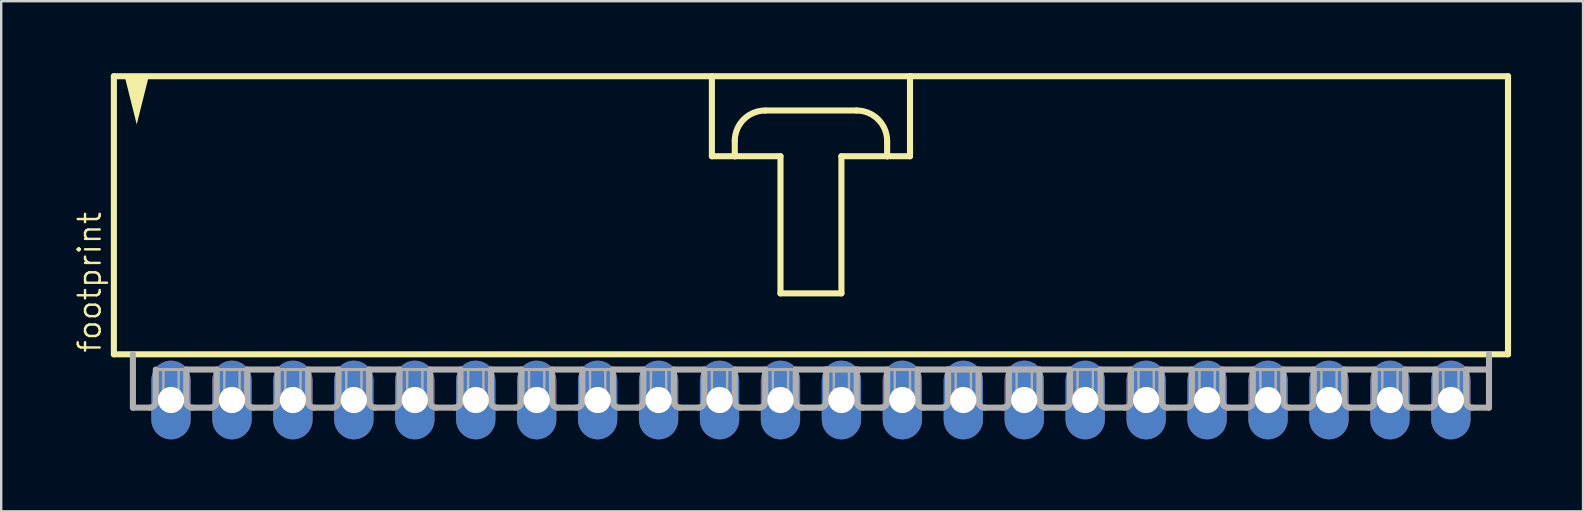
<source format=kicad_pcb>
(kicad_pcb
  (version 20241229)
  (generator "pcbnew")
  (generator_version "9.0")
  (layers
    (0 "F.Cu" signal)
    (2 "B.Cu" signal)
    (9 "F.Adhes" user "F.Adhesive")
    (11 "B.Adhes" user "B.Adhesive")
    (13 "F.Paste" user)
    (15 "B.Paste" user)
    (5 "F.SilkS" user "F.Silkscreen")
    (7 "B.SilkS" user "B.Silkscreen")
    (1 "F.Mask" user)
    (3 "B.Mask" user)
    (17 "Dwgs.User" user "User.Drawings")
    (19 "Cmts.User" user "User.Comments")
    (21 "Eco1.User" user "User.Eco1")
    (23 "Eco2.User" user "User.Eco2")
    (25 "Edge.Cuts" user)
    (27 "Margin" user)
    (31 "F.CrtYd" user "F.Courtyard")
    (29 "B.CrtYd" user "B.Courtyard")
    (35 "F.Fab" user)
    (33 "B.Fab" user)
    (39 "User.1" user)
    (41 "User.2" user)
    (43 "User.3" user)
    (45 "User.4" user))
  (footprint "footprint"
    (layer "F.Cu")
    (at 30.747 6.001)
    (property "Reference" "footprint" (at -29.527 5.715 90) (layer "F.SilkS") (effects (font (size 0.914 0.914) (thickness 0.102)) (justify left bottom)))
    (fp_line (start -29.051 -5.874) (end -29.051 5.715) (stroke (width 0.254) (type solid)) (layer "F.SilkS"))
    (fp_line (start -29.051 5.715) (end 29.051 5.715) (stroke (width 0.254) (type solid)) (layer "F.SilkS"))
    (fp_line (start -4.128 -5.874) (end -4.128 -2.54) (stroke (width 0.254) (type solid)) (layer "F.SilkS"))
    (fp_line (start -4.128 -2.54) (end -3.175 -2.54) (stroke (width 0.254) (type solid)) (layer "F.SilkS"))
    (fp_line (start -3.175 -2.54) (end -3.175 -3.175) (stroke (width 0.254) (type solid)) (layer "F.SilkS"))
    (fp_line (start -3.175 -2.54) (end -1.27 -2.54) (stroke (width 0.254) (type solid)) (layer "F.SilkS"))
    (fp_line (start -1.905 -4.445) (end 1.905 -4.445) (stroke (width 0.254) (type solid)) (layer "F.SilkS"))
    (fp_line (start -1.27 -2.54) (end -1.27 3.175) (stroke (width 0.254) (type solid)) (layer "F.SilkS"))
    (fp_line (start -1.27 3.175) (end 1.27 3.175) (stroke (width 0.254) (type solid)) (layer "F.SilkS"))
    (fp_line (start 1.27 -2.54) (end 3.175 -2.54) (stroke (width 0.254) (type solid)) (layer "F.SilkS"))
    (fp_line (start 1.27 3.175) (end 1.27 -2.54) (stroke (width 0.254) (type solid)) (layer "F.SilkS"))
    (fp_line (start 3.175 -3.175) (end 3.175 -2.54) (stroke (width 0.254) (type solid)) (layer "F.SilkS"))
    (fp_line (start 3.175 -2.54) (end 4.128 -2.54) (stroke (width 0.254) (type solid)) (layer "F.SilkS"))
    (fp_line (start 4.128 -5.874) (end -29.051 -5.874) (stroke (width 0.254) (type solid)) (layer "F.SilkS"))
    (fp_line (start 4.128 -2.54) (end 4.128 -5.874) (stroke (width 0.254) (type solid)) (layer "F.SilkS"))
    (fp_line (start 29.051 -5.874) (end 4.128 -5.874) (stroke (width 0.254) (type solid)) (layer "F.SilkS"))
    (fp_line (start 29.051 5.715) (end 29.051 -5.874) (stroke (width 0.254) (type solid)) (layer "F.SilkS"))
    (fp_arc (start -3.175 -3.175) (mid -2.803026 -4.073026) (end -1.905 -4.445) (stroke (width 0.254) (type solid)) (layer "F.SilkS"))
    (fp_arc (start 1.905 -4.445) (mid 2.803026 -4.073026) (end 3.175 -3.175) (stroke (width 0.254) (type solid)) (layer "F.SilkS"))
    (fp_poly (pts (xy -28.099 -3.864) (xy -28.608 -5.899) (xy -27.59 -5.899)) (stroke (width 0) (type solid)) (fill yes) (layer "F.SilkS"))
    (fp_line (start -28.258 5.715) (end -28.258 7.938) (stroke (width 0.254) (type solid)) (layer "F.Fab"))
    (fp_line (start -27.559 7.938) (end -28.258 7.938) (stroke (width 0.254) (type solid)) (layer "F.Fab"))
    (fp_line (start -27.305 6.35) (end -27.305 7.684) (stroke (width 0.254) (type solid)) (layer "F.Fab"))
    (fp_line (start -27.305 6.35) (end -26.035 6.35) (stroke (width 0.127) (type solid)) (layer "F.Fab"))
    (fp_line (start -26.035 6.35) (end -26.035 7.684) (stroke (width 0.254) (type solid)) (layer "F.Fab"))
    (fp_line (start -26.035 6.35) (end -24.765 6.35) (stroke (width 0.254) (type solid)) (layer "F.Fab"))
    (fp_line (start -25.019 7.938) (end -25.781 7.938) (stroke (width 0.254) (type solid)) (layer "F.Fab"))
    (fp_line (start -24.765 6.35) (end -24.765 7.684) (stroke (width 0.254) (type solid)) (layer "F.Fab"))
    (fp_line (start -24.765 6.35) (end -23.495 6.35) (stroke (width 0.127) (type solid)) (layer "F.Fab"))
    (fp_line (start -23.495 6.35) (end -23.495 7.684) (stroke (width 0.254) (type solid)) (layer "F.Fab"))
    (fp_line (start -23.495 6.35) (end -22.225 6.35) (stroke (width 0.254) (type solid)) (layer "F.Fab"))
    (fp_line (start -22.479 7.938) (end -23.241 7.938) (stroke (width 0.254) (type solid)) (layer "F.Fab"))
    (fp_line (start -22.225 6.35) (end -22.225 7.684) (stroke (width 0.254) (type solid)) (layer "F.Fab"))
    (fp_line (start -22.225 6.35) (end -20.955 6.35) (stroke (width 0.127) (type solid)) (layer "F.Fab"))
    (fp_line (start -20.955 6.35) (end -20.955 7.684) (stroke (width 0.254) (type solid)) (layer "F.Fab"))
    (fp_line (start -20.955 6.35) (end -19.685 6.35) (stroke (width 0.254) (type solid)) (layer "F.Fab"))
    (fp_line (start -19.939 7.938) (end -20.701 7.938) (stroke (width 0.254) (type solid)) (layer "F.Fab"))
    (fp_line (start -19.685 6.35) (end -19.685 7.684) (stroke (width 0.254) (type solid)) (layer "F.Fab"))
    (fp_line (start -19.685 6.35) (end -18.415 6.35) (stroke (width 0.127) (type solid)) (layer "F.Fab"))
    (fp_line (start -18.415 6.35) (end -18.415 7.684) (stroke (width 0.254) (type solid)) (layer "F.Fab"))
    (fp_line (start -18.415 6.35) (end -17.145 6.35) (stroke (width 0.254) (type solid)) (layer "F.Fab"))
    (fp_line (start -17.399 7.938) (end -18.161 7.938) (stroke (width 0.254) (type solid)) (layer "F.Fab"))
    (fp_line (start -17.145 6.35) (end -17.145 7.684) (stroke (width 0.254) (type solid)) (layer "F.Fab"))
    (fp_line (start -17.145 6.35) (end -15.875 6.35) (stroke (width 0.127) (type solid)) (layer "F.Fab"))
    (fp_line (start -15.875 6.35) (end -15.875 7.684) (stroke (width 0.254) (type solid)) (layer "F.Fab"))
    (fp_line (start -15.875 6.35) (end -14.605 6.35) (stroke (width 0.254) (type solid)) (layer "F.Fab"))
    (fp_line (start -14.859 7.938) (end -15.621 7.938) (stroke (width 0.254) (type solid)) (layer "F.Fab"))
    (fp_line (start -14.605 6.35) (end -14.605 7.684) (stroke (width 0.254) (type solid)) (layer "F.Fab"))
    (fp_line (start -14.605 6.35) (end -13.335 6.35) (stroke (width 0.127) (type solid)) (layer "F.Fab"))
    (fp_line (start -13.335 6.35) (end -13.335 7.684) (stroke (width 0.254) (type solid)) (layer "F.Fab"))
    (fp_line (start -13.335 6.35) (end -12.065 6.35) (stroke (width 0.254) (type solid)) (layer "F.Fab"))
    (fp_line (start -12.319 7.938) (end -13.081 7.938) (stroke (width 0.254) (type solid)) (layer "F.Fab"))
    (fp_line (start -12.065 6.35) (end -12.065 7.684) (stroke (width 0.254) (type solid)) (layer "F.Fab"))
    (fp_line (start -12.065 6.35) (end -10.795 6.35) (stroke (width 0.127) (type solid)) (layer "F.Fab"))
    (fp_line (start -10.795 6.35) (end -10.795 7.684) (stroke (width 0.254) (type solid)) (layer "F.Fab"))
    (fp_line (start -10.795 6.35) (end -9.525 6.35) (stroke (width 0.254) (type solid)) (layer "F.Fab"))
    (fp_line (start -9.779 7.938) (end -10.541 7.938) (stroke (width 0.254) (type solid)) (layer "F.Fab"))
    (fp_line (start -9.525 6.35) (end -9.525 7.684) (stroke (width 0.254) (type solid)) (layer "F.Fab"))
    (fp_line (start -9.525 6.35) (end -8.255 6.35) (stroke (width 0.127) (type solid)) (layer "F.Fab"))
    (fp_line (start -8.255 6.35) (end -8.255 7.684) (stroke (width 0.254) (type solid)) (layer "F.Fab"))
    (fp_line (start -8.255 6.35) (end -6.985 6.35) (stroke (width 0.254) (type solid)) (layer "F.Fab"))
    (fp_line (start -7.239 7.938) (end -8.001 7.938) (stroke (width 0.254) (type solid)) (layer "F.Fab"))
    (fp_line (start -6.985 6.35) (end -6.985 7.684) (stroke (width 0.254) (type solid)) (layer "F.Fab"))
    (fp_line (start -6.985 6.35) (end -5.715 6.35) (stroke (width 0.127) (type solid)) (layer "F.Fab"))
    (fp_line (start -5.715 6.35) (end -5.715 7.684) (stroke (width 0.254) (type solid)) (layer "F.Fab"))
    (fp_line (start -5.715 6.35) (end -4.445 6.35) (stroke (width 0.254) (type solid)) (layer "F.Fab"))
    (fp_line (start -4.699 7.938) (end -5.461 7.938) (stroke (width 0.254) (type solid)) (layer "F.Fab"))
    (fp_line (start -4.445 6.35) (end -4.445 7.684) (stroke (width 0.254) (type solid)) (layer "F.Fab"))
    (fp_line (start -4.445 6.35) (end -3.175 6.35) (stroke (width 0.127) (type solid)) (layer "F.Fab"))
    (fp_line (start -3.175 6.35) (end -3.175 7.684) (stroke (width 0.254) (type solid)) (layer "F.Fab"))
    (fp_line (start -3.175 6.35) (end -1.905 6.35) (stroke (width 0.254) (type solid)) (layer "F.Fab"))
    (fp_line (start -2.159 7.938) (end -2.921 7.938) (stroke (width 0.254) (type solid)) (layer "F.Fab"))
    (fp_line (start -1.905 6.35) (end -1.905 7.684) (stroke (width 0.254) (type solid)) (layer "F.Fab"))
    (fp_line (start -1.905 6.35) (end -0.635 6.35) (stroke (width 0.127) (type solid)) (layer "F.Fab"))
    (fp_line (start -0.635 6.35) (end -0.635 7.684) (stroke (width 0.254) (type solid)) (layer "F.Fab"))
    (fp_line (start -0.635 6.35) (end 0.635 6.35) (stroke (width 0.254) (type solid)) (layer "F.Fab"))
    (fp_line (start 0.381 7.938) (end -0.381 7.938) (stroke (width 0.254) (type solid)) (layer "F.Fab"))
    (fp_line (start 0.635 6.35) (end 0.635 7.684) (stroke (width 0.254) (type solid)) (layer "F.Fab"))
    (fp_line (start 0.635 6.35) (end 1.905 6.35) (stroke (width 0.254) (type solid)) (layer "F.Fab"))
    (fp_line (start 1.905 6.35) (end 1.905 7.684) (stroke (width 0.254) (type solid)) (layer "F.Fab"))
    (fp_line (start 1.905 6.35) (end 3.175 6.35) (stroke (width 0.254) (type solid)) (layer "F.Fab"))
    (fp_line (start 2.921 7.938) (end 2.159 7.938) (stroke (width 0.254) (type solid)) (layer "F.Fab"))
    (fp_line (start 3.175 6.35) (end 3.175 7.684) (stroke (width 0.254) (type solid)) (layer "F.Fab"))
    (fp_line (start 3.175 6.35) (end 4.445 6.35) (stroke (width 0.127) (type solid)) (layer "F.Fab"))
    (fp_line (start 4.445 6.35) (end 4.445 7.684) (stroke (width 0.254) (type solid)) (layer "F.Fab"))
    (fp_line (start 4.445 6.35) (end 5.715 6.35) (stroke (width 0.254) (type solid)) (layer "F.Fab"))
    (fp_line (start 5.461 7.938) (end 4.699 7.938) (stroke (width 0.254) (type solid)) (layer "F.Fab"))
    (fp_line (start 5.715 6.35) (end 5.715 7.684) (stroke (width 0.254) (type solid)) (layer "F.Fab"))
    (fp_line (start 5.715 6.35) (end 9.525 6.35) (stroke (width 0.254) (type solid)) (layer "F.Fab"))
    (fp_line (start 6.985 6.35) (end 6.985 7.684) (stroke (width 0.254) (type solid)) (layer "F.Fab"))
    (fp_line (start 8.001 7.938) (end 7.239 7.938) (stroke (width 0.254) (type solid)) (layer "F.Fab"))
    (fp_line (start 8.255 6.35) (end 8.255 7.684) (stroke (width 0.254) (type solid)) (layer "F.Fab"))
    (fp_line (start 9.525 6.35) (end 9.525 7.684) (stroke (width 0.254) (type solid)) (layer "F.Fab"))
    (fp_line (start 9.525 6.35) (end 10.795 6.35) (stroke (width 0.254) (type solid)) (layer "F.Fab"))
    (fp_line (start 9.779 7.938) (end 10.541 7.938) (stroke (width 0.254) (type solid)) (layer "F.Fab"))
    (fp_line (start 10.795 6.35) (end 12.065 6.35) (stroke (width 0.127) (type solid)) (layer "F.Fab"))
    (fp_line (start 10.795 7.684) (end 10.795 6.35) (stroke (width 0.254) (type solid)) (layer "F.Fab"))
    (fp_line (start 12.065 6.35) (end 12.065 7.684) (stroke (width 0.254) (type solid)) (layer "F.Fab"))
    (fp_line (start 12.065 6.35) (end 13.335 6.35) (stroke (width 0.254) (type solid)) (layer "F.Fab"))
    (fp_line (start 12.319 7.938) (end 13.081 7.938) (stroke (width 0.254) (type solid)) (layer "F.Fab"))
    (fp_line (start 13.335 6.35) (end 14.605 6.35) (stroke (width 0.127) (type solid)) (layer "F.Fab"))
    (fp_line (start 13.335 7.684) (end 13.335 6.35) (stroke (width 0.254) (type solid)) (layer "F.Fab"))
    (fp_line (start 14.605 6.35) (end 14.605 7.684) (stroke (width 0.254) (type solid)) (layer "F.Fab"))
    (fp_line (start 14.605 6.35) (end 15.875 6.35) (stroke (width 0.254) (type solid)) (layer "F.Fab"))
    (fp_line (start 14.859 7.938) (end 15.621 7.938) (stroke (width 0.254) (type solid)) (layer "F.Fab"))
    (fp_line (start 15.875 6.35) (end 17.145 6.35) (stroke (width 0.127) (type solid)) (layer "F.Fab"))
    (fp_line (start 15.875 7.684) (end 15.875 6.35) (stroke (width 0.254) (type solid)) (layer "F.Fab"))
    (fp_line (start 17.145 6.35) (end 17.145 7.684) (stroke (width 0.254) (type solid)) (layer "F.Fab"))
    (fp_line (start 17.145 6.35) (end 18.415 6.35) (stroke (width 0.254) (type solid)) (layer "F.Fab"))
    (fp_line (start 17.399 7.938) (end 18.161 7.938) (stroke (width 0.254) (type solid)) (layer "F.Fab"))
    (fp_line (start 18.415 6.35) (end 19.685 6.35) (stroke (width 0.127) (type solid)) (layer "F.Fab"))
    (fp_line (start 18.415 7.684) (end 18.415 6.35) (stroke (width 0.254) (type solid)) (layer "F.Fab"))
    (fp_line (start 19.685 6.35) (end 19.685 7.684) (stroke (width 0.254) (type solid)) (layer "F.Fab"))
    (fp_line (start 19.685 6.35) (end 20.955 6.35) (stroke (width 0.254) (type solid)) (layer "F.Fab"))
    (fp_line (start 19.939 7.938) (end 20.701 7.938) (stroke (width 0.254) (type solid)) (layer "F.Fab"))
    (fp_line (start 20.955 6.35) (end 22.225 6.35) (stroke (width 0.127) (type solid)) (layer "F.Fab"))
    (fp_line (start 20.955 7.684) (end 20.955 6.35) (stroke (width 0.254) (type solid)) (layer "F.Fab"))
    (fp_line (start 22.225 6.35) (end 22.225 7.684) (stroke (width 0.254) (type solid)) (layer "F.Fab"))
    (fp_line (start 22.225 6.35) (end 23.495 6.35) (stroke (width 0.254) (type solid)) (layer "F.Fab"))
    (fp_line (start 22.479 7.938) (end 23.241 7.938) (stroke (width 0.254) (type solid)) (layer "F.Fab"))
    (fp_line (start 23.495 6.35) (end 24.765 6.35) (stroke (width 0.127) (type solid)) (layer "F.Fab"))
    (fp_line (start 23.495 7.684) (end 23.495 6.35) (stroke (width 0.254) (type solid)) (layer "F.Fab"))
    (fp_line (start 24.765 6.35) (end 24.765 7.684) (stroke (width 0.254) (type solid)) (layer "F.Fab"))
    (fp_line (start 24.765 6.35) (end 26.035 6.35) (stroke (width 0.254) (type solid)) (layer "F.Fab"))
    (fp_line (start 25.019 7.938) (end 25.781 7.938) (stroke (width 0.254) (type solid)) (layer "F.Fab"))
    (fp_line (start 26.035 6.35) (end 27.305 6.35) (stroke (width 0.127) (type solid)) (layer "F.Fab"))
    (fp_line (start 26.035 7.684) (end 26.035 6.35) (stroke (width 0.254) (type solid)) (layer "F.Fab"))
    (fp_line (start 27.305 6.35) (end 27.305 7.684) (stroke (width 0.254) (type solid)) (layer "F.Fab"))
    (fp_line (start 27.305 6.35) (end 28.258 6.35) (stroke (width 0.254) (type solid)) (layer "F.Fab"))
    (fp_line (start 27.559 7.938) (end 28.258 7.938) (stroke (width 0.254) (type solid)) (layer "F.Fab"))
    (fp_line (start 28.258 6.35) (end 28.258 5.715) (stroke (width 0.254) (type solid)) (layer "F.Fab"))
    (fp_line (start 28.258 7.938) (end 28.258 6.35) (stroke (width 0.254) (type solid)) (layer "F.Fab"))
    (fp_arc (start -27.305 7.6835) (mid -27.379395 7.863105) (end -27.559 7.9375) (stroke (width 0.254) (type solid)) (layer "F.Fab"))
    (fp_arc (start -25.781 7.9375) (mid -25.960605 7.863105) (end -26.035 7.6835) (stroke (width 0.254) (type solid)) (layer "F.Fab"))
    (fp_arc (start -24.765 7.6835) (mid -24.839395 7.863105) (end -25.019 7.9375) (stroke (width 0.254) (type solid)) (layer "F.Fab"))
    (fp_arc (start -23.241 7.9375) (mid -23.420605 7.863105) (end -23.495 7.6835) (stroke (width 0.254) (type solid)) (layer "F.Fab"))
    (fp_arc (start -22.225 7.6835) (mid -22.299395 7.863105) (end -22.479 7.9375) (stroke (width 0.254) (type solid)) (layer "F.Fab"))
    (fp_arc (start -20.701 7.9375) (mid -20.880605 7.863105) (end -20.955 7.6835) (stroke (width 0.254) (type solid)) (layer "F.Fab"))
    (fp_arc (start -19.685 7.6835) (mid -19.759395 7.863105) (end -19.939 7.9375) (stroke (width 0.254) (type solid)) (layer "F.Fab"))
    (fp_arc (start -18.161 7.9375) (mid -18.340605 7.863105) (end -18.415 7.6835) (stroke (width 0.254) (type solid)) (layer "F.Fab"))
    (fp_arc (start -17.145 7.6835) (mid -17.219395 7.863105) (end -17.399 7.9375) (stroke (width 0.254) (type solid)) (layer "F.Fab"))
    (fp_arc (start -15.621 7.9375) (mid -15.800605 7.863105) (end -15.875 7.6835) (stroke (width 0.254) (type solid)) (layer "F.Fab"))
    (fp_arc (start -14.605 7.6835) (mid -14.679395 7.863105) (end -14.859 7.9375) (stroke (width 0.254) (type solid)) (layer "F.Fab"))
    (fp_arc (start -13.081 7.9375) (mid -13.260605 7.863105) (end -13.335 7.6835) (stroke (width 0.254) (type solid)) (layer "F.Fab"))
    (fp_arc (start -12.065 7.6835) (mid -12.139395 7.863105) (end -12.319 7.9375) (stroke (width 0.254) (type solid)) (layer "F.Fab"))
    (fp_arc (start -10.541 7.9375) (mid -10.720605 7.863105) (end -10.795 7.6835) (stroke (width 0.254) (type solid)) (layer "F.Fab"))
    (fp_arc (start -9.525 7.6835) (mid -9.599395 7.863105) (end -9.779 7.9375) (stroke (width 0.254) (type solid)) (layer "F.Fab"))
    (fp_arc (start -8.001 7.9375) (mid -8.180605 7.863105) (end -8.255 7.6835) (stroke (width 0.254) (type solid)) (layer "F.Fab"))
    (fp_arc (start -6.985 7.6835) (mid -7.059395 7.863105) (end -7.239 7.9375) (stroke (width 0.254) (type solid)) (layer "F.Fab"))
    (fp_arc (start -5.461 7.9375) (mid -5.640605 7.863105) (end -5.715 7.6835) (stroke (width 0.254) (type solid)) (layer "F.Fab"))
    (fp_arc (start -4.445 7.6835) (mid -4.519395 7.863105) (end -4.699 7.9375) (stroke (width 0.254) (type solid)) (layer "F.Fab"))
    (fp_arc (start -2.921 7.9375) (mid -3.100605 7.863105) (end -3.175 7.6835) (stroke (width 0.254) (type solid)) (layer "F.Fab"))
    (fp_arc (start -1.905 7.6835) (mid -1.979395 7.863105) (end -2.159 7.9375) (stroke (width 0.254) (type solid)) (layer "F.Fab"))
    (fp_arc (start -0.381 7.9375) (mid -0.560605 7.863105) (end -0.635 7.6835) (stroke (width 0.254) (type solid)) (layer "F.Fab"))
    (fp_arc (start 0.635 7.6835) (mid 0.560605 7.863105) (end 0.381 7.9375) (stroke (width 0.254) (type solid)) (layer "F.Fab"))
    (fp_arc (start 2.159 7.9375) (mid 1.979395 7.863105) (end 1.905 7.6835) (stroke (width 0.254) (type solid)) (layer "F.Fab"))
    (fp_arc (start 3.175 7.6835) (mid 3.100605 7.863105) (end 2.921 7.9375) (stroke (width 0.254) (type solid)) (layer "F.Fab"))
    (fp_arc (start 4.699 7.9375) (mid 4.519395 7.863105) (end 4.445 7.6835) (stroke (width 0.254) (type solid)) (layer "F.Fab"))
    (fp_arc (start 5.715 7.6835) (mid 5.640605 7.863105) (end 5.461 7.9375) (stroke (width 0.254) (type solid)) (layer "F.Fab"))
    (fp_arc (start 7.239 7.9375) (mid 7.059395 7.863105) (end 6.985 7.6835) (stroke (width 0.254) (type solid)) (layer "F.Fab"))
    (fp_arc (start 8.255 7.6835) (mid 8.180605 7.863105) (end 8.001 7.9375) (stroke (width 0.254) (type solid)) (layer "F.Fab"))
    (fp_arc (start 9.779 7.9375) (mid 9.599395 7.863105) (end 9.525 7.6835) (stroke (width 0.254) (type solid)) (layer "F.Fab"))
    (fp_arc (start 10.795 7.6835) (mid 10.720605 7.863105) (end 10.541 7.9375) (stroke (width 0.254) (type solid)) (layer "F.Fab"))
    (fp_arc (start 12.319 7.9375) (mid 12.139395 7.863105) (end 12.065 7.6835) (stroke (width 0.254) (type solid)) (layer "F.Fab"))
    (fp_arc (start 13.335 7.6835) (mid 13.260605 7.863105) (end 13.081 7.9375) (stroke (width 0.254) (type solid)) (layer "F.Fab"))
    (fp_arc (start 14.859 7.9375) (mid 14.679395 7.863105) (end 14.605 7.6835) (stroke (width 0.254) (type solid)) (layer "F.Fab"))
    (fp_arc (start 15.875 7.6835) (mid 15.800605 7.863105) (end 15.621 7.9375) (stroke (width 0.254) (type solid)) (layer "F.Fab"))
    (fp_arc (start 17.399 7.9375) (mid 17.219395 7.863105) (end 17.145 7.6835) (stroke (width 0.254) (type solid)) (layer "F.Fab"))
    (fp_arc (start 18.415 7.6835) (mid 18.340605 7.863105) (end 18.161 7.9375) (stroke (width 0.254) (type solid)) (layer "F.Fab"))
    (fp_arc (start 19.939 7.9375) (mid 19.759395 7.863105) (end 19.685 7.6835) (stroke (width 0.254) (type solid)) (layer "F.Fab"))
    (fp_arc (start 20.955 7.6835) (mid 20.880605 7.863105) (end 20.701 7.9375) (stroke (width 0.254) (type solid)) (layer "F.Fab"))
    (fp_arc (start 22.479 7.9375) (mid 22.299395 7.863105) (end 22.225 7.6835) (stroke (width 0.254) (type solid)) (layer "F.Fab"))
    (fp_arc (start 23.495 7.6835) (mid 23.420605 7.863105) (end 23.241 7.9375) (stroke (width 0.254) (type solid)) (layer "F.Fab"))
    (fp_arc (start 25.019 7.9375) (mid 24.839395 7.863105) (end 24.765 7.6835) (stroke (width 0.254) (type solid)) (layer "F.Fab"))
    (fp_arc (start 26.035 7.6835) (mid 25.960605 7.863105) (end 25.781 7.9375) (stroke (width 0.254) (type solid)) (layer "F.Fab"))
    (fp_arc (start 27.559 7.9375) (mid 27.379395 7.863105) (end 27.305 7.6835) (stroke (width 0.254) (type solid)) (layer "F.Fab"))
    (fp_poly (pts (xy -26.988 7.62) (xy -26.352 7.62) (xy -26.352 6.35) (xy -26.988 6.35)) (stroke (width 0.1) (type solid)) (fill no) (layer "F.Fab"))
    (fp_poly (pts (xy -24.448 7.62) (xy -23.812 7.62) (xy -23.812 6.35) (xy -24.448 6.35)) (stroke (width 0.1) (type solid)) (fill no) (layer "F.Fab"))
    (fp_poly (pts (xy -21.907 7.62) (xy -21.273 7.62) (xy -21.273 6.35) (xy -21.907 6.35)) (stroke (width 0.1) (type solid)) (fill no) (layer "F.Fab"))
    (fp_poly (pts (xy -19.367 7.62) (xy -18.733 7.62) (xy -18.733 6.35) (xy -19.367 6.35)) (stroke (width 0.1) (type solid)) (fill no) (layer "F.Fab"))
    (fp_poly (pts (xy -16.828 7.62) (xy -16.192 7.62) (xy -16.192 6.35) (xy -16.828 6.35)) (stroke (width 0.1) (type solid)) (fill no) (layer "F.Fab"))
    (fp_poly (pts (xy -14.287 7.62) (xy -13.652 7.62) (xy -13.652 6.35) (xy -14.287 6.35)) (stroke (width 0.1) (type solid)) (fill no) (layer "F.Fab"))
    (fp_poly (pts (xy -11.748 7.62) (xy -11.113 7.62) (xy -11.113 6.35) (xy -11.748 6.35)) (stroke (width 0.1) (type solid)) (fill no) (layer "F.Fab"))
    (fp_poly (pts (xy -9.207 7.62) (xy -8.572 7.62) (xy -8.572 6.35) (xy -9.207 6.35)) (stroke (width 0.1) (type solid)) (fill no) (layer "F.Fab"))
    (fp_poly (pts (xy -6.668 7.62) (xy -6.032 7.62) (xy -6.032 6.35) (xy -6.668 6.35)) (stroke (width 0.1) (type solid)) (fill no) (layer "F.Fab"))
    (fp_poly (pts (xy -4.128 7.62) (xy -3.493 7.62) (xy -3.493 6.35) (xy -4.128 6.35)) (stroke (width 0.1) (type solid)) (fill no) (layer "F.Fab"))
    (fp_poly (pts (xy -1.587 7.62) (xy -0.953 7.62) (xy -0.953 6.35) (xy -1.587 6.35)) (stroke (width 0.1) (type solid)) (fill no) (layer "F.Fab"))
    (fp_poly (pts (xy 0.953 7.62) (xy 1.587 7.62) (xy 1.587 6.35) (xy 0.953 6.35)) (stroke (width 0.1) (type solid)) (fill no) (layer "F.Fab"))
    (fp_poly (pts (xy 3.493 7.62) (xy 4.128 7.62) (xy 4.128 6.35) (xy 3.493 6.35)) (stroke (width 0.1) (type solid)) (fill no) (layer "F.Fab"))
    (fp_poly (pts (xy 6.032 7.62) (xy 6.668 7.62) (xy 6.668 6.35) (xy 6.032 6.35)) (stroke (width 0.1) (type solid)) (fill no) (layer "F.Fab"))
    (fp_poly (pts (xy 8.572 7.62) (xy 9.207 7.62) (xy 9.207 6.35) (xy 8.572 6.35)) (stroke (width 0.1) (type solid)) (fill no) (layer "F.Fab"))
    (fp_poly (pts (xy 11.113 7.62) (xy 11.748 7.62) (xy 11.748 6.35) (xy 11.113 6.35)) (stroke (width 0.1) (type solid)) (fill no) (layer "F.Fab"))
    (fp_poly (pts (xy 13.652 7.62) (xy 14.287 7.62) (xy 14.287 6.35) (xy 13.652 6.35)) (stroke (width 0.1) (type solid)) (fill no) (layer "F.Fab"))
    (fp_poly (pts (xy 16.192 7.62) (xy 16.828 7.62) (xy 16.828 6.35) (xy 16.192 6.35)) (stroke (width 0.1) (type solid)) (fill no) (layer "F.Fab"))
    (fp_poly (pts (xy 18.733 7.62) (xy 19.367 7.62) (xy 19.367 6.35) (xy 18.733 6.35)) (stroke (width 0.1) (type solid)) (fill no) (layer "F.Fab"))
    (fp_poly (pts (xy 21.273 7.62) (xy 21.907 7.62) (xy 21.907 6.35) (xy 21.273 6.35)) (stroke (width 0.1) (type solid)) (fill no) (layer "F.Fab"))
    (fp_poly (pts (xy 23.812 7.62) (xy 24.448 7.62) (xy 24.448 6.35) (xy 23.812 6.35)) (stroke (width 0.1) (type solid)) (fill no) (layer "F.Fab"))
    (fp_poly (pts (xy 26.352 7.62) (xy 26.988 7.62) (xy 26.988 6.35) (xy 26.352 6.35)) (stroke (width 0.1) (type solid)) (fill no) (layer "F.Fab"))
    (pad "1" thru_hole oval (at -26.67 7.62 90) (size 3.277 1.638) (drill 1.092) (layers "*.Cu" "*.Mask"))
    (pad "2" thru_hole oval (at -24.13 7.62 90) (size 3.277 1.638) (drill 1.092) (layers "*.Cu" "*.Mask"))
    (pad "3" thru_hole oval (at -21.59 7.62 270) (size 3.277 1.638) (drill 1.092) (layers "*.Cu" "*.Mask"))
    (pad "4" thru_hole oval (at -19.05 7.62 270) (size 3.277 1.638) (drill 1.092) (layers "*.Cu" "*.Mask"))
    (pad "5" thru_hole oval (at -16.51 7.62 90) (size 3.277 1.638) (drill 1.092) (layers "*.Cu" "*.Mask"))
    (pad "6" thru_hole oval (at -13.97 7.62 90) (size 3.277 1.638) (drill 1.092) (layers "*.Cu" "*.Mask"))
    (pad "7" thru_hole oval (at -11.43 7.62 90) (size 3.277 1.638) (drill 1.092) (layers "*.Cu" "*.Mask"))
    (pad "8" thru_hole oval (at -8.89 7.62 90) (size 3.277 1.638) (drill 1.092) (layers "*.Cu" "*.Mask"))
    (pad "9" thru_hole oval (at -6.35 7.62 90) (size 3.277 1.638) (drill 1.092) (layers "*.Cu" "*.Mask"))
    (pad "10" thru_hole oval (at -3.81 7.62 90) (size 3.277 1.638) (drill 1.092) (layers "*.Cu" "*.Mask"))
    (pad "11" thru_hole oval (at -1.27 7.62 90) (size 3.277 1.638) (drill 1.092) (layers "*.Cu" "*.Mask"))
    (pad "12" thru_hole oval (at 1.27 7.62 90) (size 3.277 1.638) (drill 1.092) (layers "*.Cu" "*.Mask"))
    (pad "13" thru_hole oval (at 3.81 7.62 90) (size 3.277 1.638) (drill 1.092) (layers "*.Cu" "*.Mask"))
    (pad "14" thru_hole oval (at 6.35 7.62 90) (size 3.277 1.638) (drill 1.092) (layers "*.Cu" "*.Mask"))
    (pad "15" thru_hole oval (at 8.89 7.62 90) (size 3.277 1.638) (drill 1.092) (layers "*.Cu" "*.Mask"))
    (pad "16" thru_hole oval (at 11.43 7.62 90) (size 3.277 1.638) (drill 1.092) (layers "*.Cu" "*.Mask"))
    (pad "17" thru_hole oval (at 13.97 7.62 90) (size 3.277 1.638) (drill 1.092) (layers "*.Cu" "*.Mask"))
    (pad "18" thru_hole oval (at 16.51 7.62 90) (size 3.277 1.638) (drill 1.092) (layers "*.Cu" "*.Mask"))
    (pad "19" thru_hole oval (at 19.05 7.62 90) (size 3.277 1.638) (drill 1.092) (layers "*.Cu" "*.Mask"))
    (pad "20" thru_hole oval (at 21.59 7.62 90) (size 3.277 1.638) (drill 1.092) (layers "*.Cu" "*.Mask"))
    (pad "21" thru_hole oval (at 24.13 7.62 90) (size 3.277 1.638) (drill 1.092) (layers "*.Cu" "*.Mask"))
    (pad "22" thru_hole oval (at 26.67 7.62 90) (size 3.277 1.638) (drill 1.092) (layers "*.Cu" "*.Mask")))
  (gr_rect
    (start -3 -3)
    (end 62.925 18.259)
    (stroke (width 0.1) (type default))
    (fill no)
    (layer "Edge.Cuts")))
</source>
